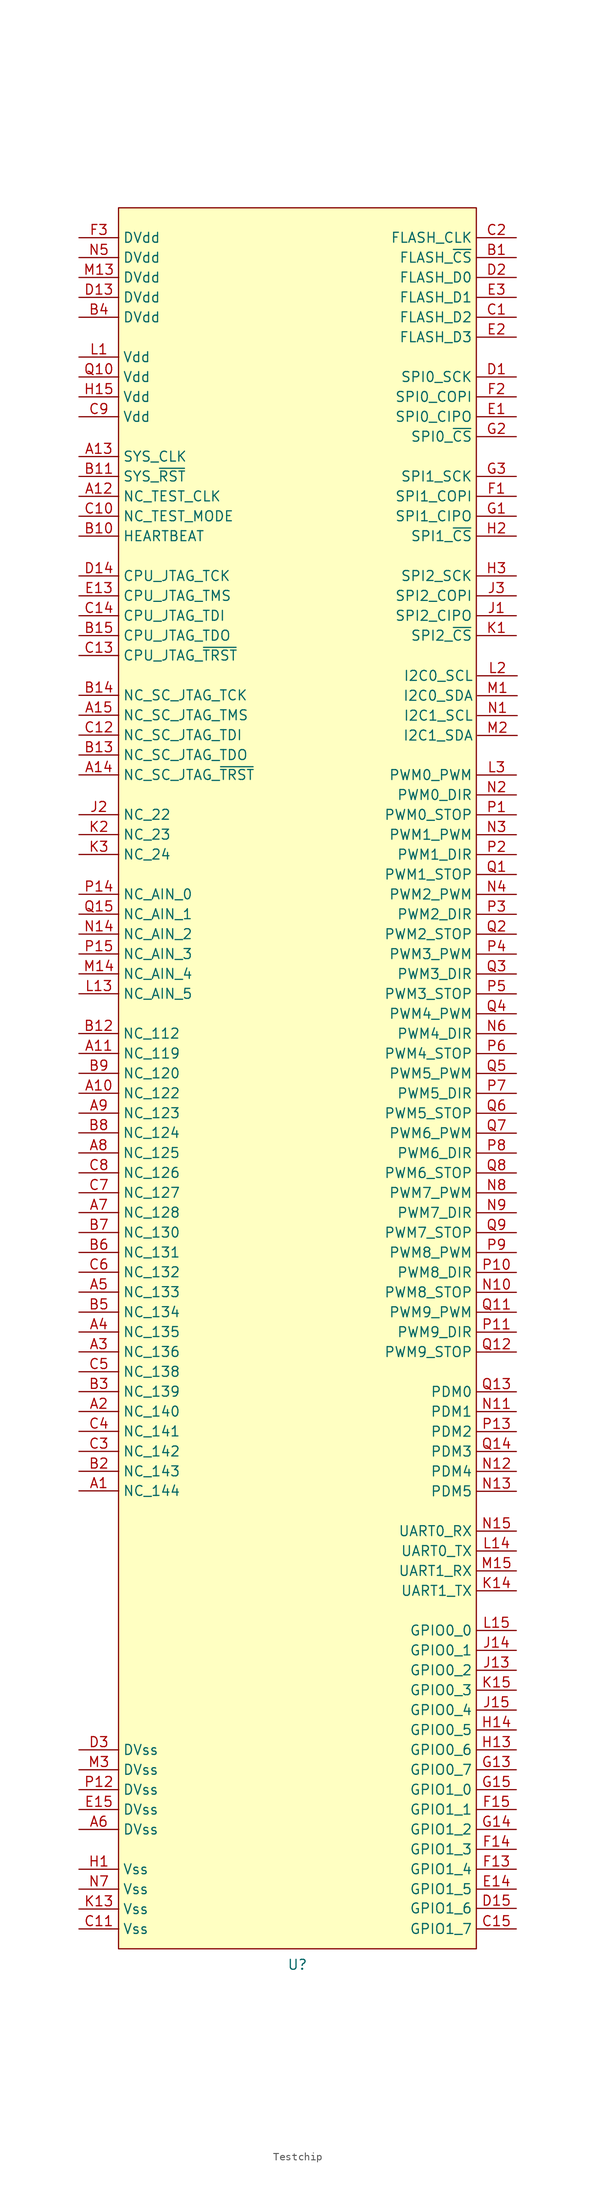
<source format=kicad_sym>
(kicad_symbol_lib
  (version 20231120)
  (generator "kicad_symbol_editor")
  (generator_version "8.0")
  (symbol "Testchip"
    (property "Reference" "U"
      (at 0 -2.032 0)
      (effects (font (size 1.27 1.27))))
    (property "Value" ""
      (at 0 0 0)
      (effects (font (size 1.27 1.27))))
    (symbol "Testchip_1_1"
      (rectangle (start -22.86 222.25) (end 22.86 0) (stroke (width 0) (type default)) (fill (type background)))
      (pin passive line (at -27.915 58.458 0) (length 5.08) (name "NC_144" (effects (font (size 1.27 1.27)))) (number "A1" (effects (font (size 1.27 1.27)))))
      (pin passive line (at -27.915 109.218 0) (length 5.08) (name "NC_122" (effects (font (size 1.27 1.27)))) (number "A10" (effects (font (size 1.27 1.27)))))
      (pin passive line (at -27.915 114.298 0) (length 5.08) (name "NC_119" (effects (font (size 1.27 1.27)))) (number "A11" (effects (font (size 1.27 1.27)))))
      (pin passive line (at -27.915 185.418 0) (length 5.08) (name "NC_TEST_CLK" (effects (font (size 1.27 1.27)))) (number "A12" (effects (font (size 1.27 1.27)))))
      (pin input line (at -27.915 190.498 0) (length 5.08) (name "SYS_CLK" (effects (font (size 1.27 1.27)))) (number "A13" (effects (font (size 1.27 1.27)))))
      (pin passive line (at -27.915 149.858 0) (length 5.08) (name "NC_SC_JTAG_~{TRST}" (effects (font (size 1.27 1.27)))) (number "A14" (effects (font (size 1.27 1.27)))))
      (pin passive line (at -27.915 157.478 0) (length 5.08) (name "NC_SC_JTAG_TMS" (effects (font (size 1.27 1.27)))) (number "A15" (effects (font (size 1.27 1.27)))))
      (pin passive line (at -27.915 68.59 0) (length 5.08) (name "NC_140" (effects (font (size 1.27 1.27)))) (number "A2" (effects (font (size 1.27 1.27)))))
      (pin passive line (at -27.915 76.203 0) (length 5.08) (name "NC_136" (effects (font (size 1.27 1.27)))) (number "A3" (effects (font (size 1.27 1.27)))))
      (pin passive line (at -27.915 78.74 0) (length 5.08) (name "NC_135" (effects (font (size 1.27 1.27)))) (number "A4" (effects (font (size 1.27 1.27)))))
      (pin passive line (at -27.915 83.833 0) (length 5.08) (name "NC_133" (effects (font (size 1.27 1.27)))) (number "A5" (effects (font (size 1.27 1.27)))))
      (pin power_in line (at -27.915 15.238 0) (length 5.08) (name "DVss" (effects (font (size 1.27 1.27)))) (number "A6" (effects (font (size 1.27 1.27)))))
      (pin passive line (at -27.915 93.983 0) (length 5.08) (name "NC_128" (effects (font (size 1.27 1.27)))) (number "A7" (effects (font (size 1.27 1.27)))))
      (pin passive line (at -27.94 101.6 0) (length 5.08) (name "NC_125" (effects (font (size 1.27 1.27)))) (number "A8" (effects (font (size 1.27 1.27)))))
      (pin passive line (at -27.915 106.678 0) (length 5.08) (name "NC_123" (effects (font (size 1.27 1.27)))) (number "A9" (effects (font (size 1.27 1.27)))))
      (pin output line (at 27.965 215.898 180) (length 5.08) (name "FLASH_~{CS}" (effects (font (size 1.27 1.27)))) (number "B1" (effects (font (size 1.27 1.27)))))
      (pin output line (at -27.915 180.338 0) (length 5.08) (name "HEARTBEAT" (effects (font (size 1.27 1.27)))) (number "B10" (effects (font (size 1.27 1.27)))))
      (pin input line (at -27.915 187.958 0) (length 5.08) (name "SYS_~{RST}" (effects (font (size 1.27 1.27)))) (number "B11" (effects (font (size 1.27 1.27)))))
      (pin passive line (at -27.94 116.84 0) (length 5.08) (name "NC_112" (effects (font (size 1.27 1.27)))) (number "B12" (effects (font (size 1.27 1.27)))))
      (pin passive line (at -27.915 152.398 0) (length 5.08) (name "NC_SC_JTAG_TDO" (effects (font (size 1.27 1.27)))) (number "B13" (effects (font (size 1.27 1.27)))))
      (pin passive line (at -27.915 160.018 0) (length 5.08) (name "NC_SC_JTAG_TCK" (effects (font (size 1.27 1.27)))) (number "B14" (effects (font (size 1.27 1.27)))))
      (pin output line (at -27.915 167.638 0) (length 5.08) (name "CPU_JTAG_TDO" (effects (font (size 1.27 1.27)))) (number "B15" (effects (font (size 1.27 1.27)))))
      (pin passive line (at -27.915 60.958 0) (length 5.08) (name "NC_143" (effects (font (size 1.27 1.27)))) (number "B2" (effects (font (size 1.27 1.27)))))
      (pin passive line (at -27.915 71.128 0) (length 5.08) (name "NC_139" (effects (font (size 1.27 1.27)))) (number "B3" (effects (font (size 1.27 1.27)))))
      (pin power_in line (at -27.915 208.278 0) (length 5.08) (name "DVdd" (effects (font (size 1.27 1.27)))) (number "B4" (effects (font (size 1.27 1.27)))))
      (pin passive line (at -27.915 81.278 0) (length 5.08) (name "NC_134" (effects (font (size 1.27 1.27)))) (number "B5" (effects (font (size 1.27 1.27)))))
      (pin passive line (at -27.915 88.898 0) (length 5.08) (name "NC_131" (effects (font (size 1.27 1.27)))) (number "B6" (effects (font (size 1.27 1.27)))))
      (pin passive line (at -27.915 91.438 0) (length 5.08) (name "NC_130" (effects (font (size 1.27 1.27)))) (number "B7" (effects (font (size 1.27 1.27)))))
      (pin passive line (at -27.94 104.163 0) (length 5.08) (name "NC_124" (effects (font (size 1.27 1.27)))) (number "B8" (effects (font (size 1.27 1.27)))))
      (pin passive line (at -27.915 111.758 0) (length 5.08) (name "NC_120" (effects (font (size 1.27 1.27)))) (number "B9" (effects (font (size 1.27 1.27)))))
      (pin bidirectional line (at 27.965 208.278 180) (length 5.08) (name "FLASH_D2" (effects (font (size 1.27 1.27)))) (number "C1" (effects (font (size 1.27 1.27)))))
      (pin passive line (at -27.915 182.878 0) (length 5.08) (name "NC_TEST_MODE" (effects (font (size 1.27 1.27)))) (number "C10" (effects (font (size 1.27 1.27)))))
      (pin power_in line (at -27.915 2.538 0) (length 5.08) (name "Vss" (effects (font (size 1.27 1.27)))) (number "C11" (effects (font (size 1.27 1.27)))))
      (pin passive line (at -27.915 154.938 0) (length 5.08) (name "NC_SC_JTAG_TDI" (effects (font (size 1.27 1.27)))) (number "C12" (effects (font (size 1.27 1.27)))))
      (pin input line (at -27.915 165.098 0) (length 5.08) (name "CPU_JTAG_~{TRST}" (effects (font (size 1.27 1.27)))) (number "C13" (effects (font (size 1.27 1.27)))))
      (pin input line (at -27.915 170.178 0) (length 5.08) (name "CPU_JTAG_TDI" (effects (font (size 1.27 1.27)))) (number "C14" (effects (font (size 1.27 1.27)))))
      (pin bidirectional line (at 27.965 2.538 180) (length 5.08) (name "GPIO1_7" (effects (font (size 1.27 1.27)))) (number "C15" (effects (font (size 1.27 1.27)))))
      (pin output line (at 27.965 218.438 180) (length 5.08) (name "FLASH_CLK" (effects (font (size 1.27 1.27)))) (number "C2" (effects (font (size 1.27 1.27)))))
      (pin passive line (at -27.915 63.498 0) (length 5.08) (name "NC_142" (effects (font (size 1.27 1.27)))) (number "C3" (effects (font (size 1.27 1.27)))))
      (pin passive line (at -27.915 66.053 0) (length 5.08) (name "NC_141" (effects (font (size 1.27 1.27)))) (number "C4" (effects (font (size 1.27 1.27)))))
      (pin passive line (at -27.915 73.665 0) (length 5.08) (name "NC_138" (effects (font (size 1.27 1.27)))) (number "C5" (effects (font (size 1.27 1.27)))))
      (pin passive line (at -27.915 86.37 0) (length 5.08) (name "NC_132" (effects (font (size 1.27 1.27)))) (number "C6" (effects (font (size 1.27 1.27)))))
      (pin passive line (at -27.915 96.518 0) (length 5.08) (name "NC_127" (effects (font (size 1.27 1.27)))) (number "C7" (effects (font (size 1.27 1.27)))))
      (pin passive line (at -27.915 99.058 0) (length 5.08) (name "NC_126" (effects (font (size 1.27 1.27)))) (number "C8" (effects (font (size 1.27 1.27)))))
      (pin power_in line (at -27.915 195.578 0) (length 5.08) (name "Vdd" (effects (font (size 1.27 1.27)))) (number "C9" (effects (font (size 1.27 1.27)))))
      (pin output line (at 27.965 200.658 180) (length 5.08) (name "SPI0_SCK" (effects (font (size 1.27 1.27)))) (number "D1" (effects (font (size 1.27 1.27)))))
      (pin power_in line (at -27.915 210.818 0) (length 5.08) (name "DVdd" (effects (font (size 1.27 1.27)))) (number "D13" (effects (font (size 1.27 1.27)))))
      (pin input line (at -27.915 175.258 0) (length 5.08) (name "CPU_JTAG_TCK" (effects (font (size 1.27 1.27)))) (number "D14" (effects (font (size 1.27 1.27)))))
      (pin bidirectional line (at 27.965 5.157 180) (length 5.08) (name "GPIO1_6" (effects (font (size 1.27 1.27)))) (number "D15" (effects (font (size 1.27 1.27)))))
      (pin bidirectional line (at 27.965 213.358 180) (length 5.08) (name "FLASH_D0" (effects (font (size 1.27 1.27)))) (number "D2" (effects (font (size 1.27 1.27)))))
      (pin power_in line (at -27.915 25.398 0) (length 5.08) (name "DVss" (effects (font (size 1.27 1.27)))) (number "D3" (effects (font (size 1.27 1.27)))))
      (pin input line (at 27.965 195.578 180) (length 5.08) (name "SPI0_CIPO" (effects (font (size 1.27 1.27)))) (number "E1" (effects (font (size 1.27 1.27)))))
      (pin input line (at -27.915 172.718 0) (length 5.08) (name "CPU_JTAG_TMS" (effects (font (size 1.27 1.27)))) (number "E13" (effects (font (size 1.27 1.27)))))
      (pin bidirectional line (at 27.965 7.618 180) (length 5.08) (name "GPIO1_5" (effects (font (size 1.27 1.27)))) (number "E14" (effects (font (size 1.27 1.27)))))
      (pin power_in line (at -27.915 17.778 0) (length 5.08) (name "DVss" (effects (font (size 1.27 1.27)))) (number "E15" (effects (font (size 1.27 1.27)))))
      (pin bidirectional line (at 27.965 205.738 180) (length 5.08) (name "FLASH_D3" (effects (font (size 1.27 1.27)))) (number "E2" (effects (font (size 1.27 1.27)))))
      (pin bidirectional line (at 27.965 210.818 180) (length 5.08) (name "FLASH_D1" (effects (font (size 1.27 1.27)))) (number "E3" (effects (font (size 1.27 1.27)))))
      (pin output line (at 27.965 185.418 180) (length 5.08) (name "SPI1_COPI" (effects (font (size 1.27 1.27)))) (number "F1" (effects (font (size 1.27 1.27)))))
      (pin bidirectional line (at 27.965 10.158 180) (length 5.08) (name "GPIO1_4" (effects (font (size 1.27 1.27)))) (number "F13" (effects (font (size 1.27 1.27)))))
      (pin bidirectional line (at 27.965 12.698 180) (length 5.08) (name "GPIO1_3" (effects (font (size 1.27 1.27)))) (number "F14" (effects (font (size 1.27 1.27)))))
      (pin bidirectional line (at 27.965 17.778 180) (length 5.08) (name "GPIO1_1" (effects (font (size 1.27 1.27)))) (number "F15" (effects (font (size 1.27 1.27)))))
      (pin output line (at 27.965 198.118 180) (length 5.08) (name "SPI0_COPI" (effects (font (size 1.27 1.27)))) (number "F2" (effects (font (size 1.27 1.27)))))
      (pin power_in line (at -27.915 218.438 0) (length 5.08) (name "DVdd" (effects (font (size 1.27 1.27)))) (number "F3" (effects (font (size 1.27 1.27)))))
      (pin input line (at 27.965 182.878 180) (length 5.08) (name "SPI1_CIPO" (effects (font (size 1.27 1.27)))) (number "G1" (effects (font (size 1.27 1.27)))))
      (pin bidirectional line (at 27.965 22.858 180) (length 5.08) (name "GPIO0_7" (effects (font (size 1.27 1.27)))) (number "G13" (effects (font (size 1.27 1.27)))))
      (pin bidirectional line (at 27.965 15.238 180) (length 5.08) (name "GPIO1_2" (effects (font (size 1.27 1.27)))) (number "G14" (effects (font (size 1.27 1.27)))))
      (pin bidirectional line (at 27.965 20.318 180) (length 5.08) (name "GPIO1_0" (effects (font (size 1.27 1.27)))) (number "G15" (effects (font (size 1.27 1.27)))))
      (pin output line (at 27.965 193.038 180) (length 5.08) (name "SPI0_~{CS}" (effects (font (size 1.27 1.27)))) (number "G2" (effects (font (size 1.27 1.27)))))
      (pin output line (at 27.965 187.958 180) (length 5.08) (name "SPI1_SCK" (effects (font (size 1.27 1.27)))) (number "G3" (effects (font (size 1.27 1.27)))))
      (pin power_in line (at -27.915 10.158 0) (length 5.08) (name "Vss" (effects (font (size 1.27 1.27)))) (number "H1" (effects (font (size 1.27 1.27)))))
      (pin bidirectional line (at 27.965 25.398 180) (length 5.08) (name "GPIO0_6" (effects (font (size 1.27 1.27)))) (number "H13" (effects (font (size 1.27 1.27)))))
      (pin bidirectional line (at 27.965 27.938 180) (length 5.08) (name "GPIO0_5" (effects (font (size 1.27 1.27)))) (number "H14" (effects (font (size 1.27 1.27)))))
      (pin power_in line (at -27.915 198.118 0) (length 5.08) (name "Vdd" (effects (font (size 1.27 1.27)))) (number "H15" (effects (font (size 1.27 1.27)))))
      (pin output line (at 27.965 180.338 180) (length 5.08) (name "SPI1_~{CS}" (effects (font (size 1.27 1.27)))) (number "H2" (effects (font (size 1.27 1.27)))))
      (pin output line (at 27.965 175.258 180) (length 5.08) (name "SPI2_SCK" (effects (font (size 1.27 1.27)))) (number "H3" (effects (font (size 1.27 1.27)))))
      (pin input line (at 27.965 170.178 180) (length 5.08) (name "SPI2_CIPO" (effects (font (size 1.27 1.27)))) (number "J1" (effects (font (size 1.27 1.27)))))
      (pin bidirectional line (at 27.965 35.558 180) (length 5.08) (name "GPIO0_2" (effects (font (size 1.27 1.27)))) (number "J13" (effects (font (size 1.27 1.27)))))
      (pin bidirectional line (at 27.965 38.098 180) (length 5.08) (name "GPIO0_1" (effects (font (size 1.27 1.27)))) (number "J14" (effects (font (size 1.27 1.27)))))
      (pin bidirectional line (at 27.965 30.478 180) (length 5.08) (name "GPIO0_4" (effects (font (size 1.27 1.27)))) (number "J15" (effects (font (size 1.27 1.27)))))
      (pin passive line (at -27.915 144.778 0) (length 5.08) (name "NC_22" (effects (font (size 1.27 1.27)))) (number "J2" (effects (font (size 1.27 1.27)))))
      (pin output line (at 27.965 172.718 180) (length 5.08) (name "SPI2_COPI" (effects (font (size 1.27 1.27)))) (number "J3" (effects (font (size 1.27 1.27)))))
      (pin output line (at 27.965 167.638 180) (length 5.08) (name "SPI2_~{CS}" (effects (font (size 1.27 1.27)))) (number "K1" (effects (font (size 1.27 1.27)))))
      (pin power_in line (at -27.915 5.078 0) (length 5.08) (name "Vss" (effects (font (size 1.27 1.27)))) (number "K13" (effects (font (size 1.27 1.27)))))
      (pin output line (at 27.974 45.703 180) (length 5.08) (name "UART1_TX" (effects (font (size 1.27 1.27)))) (number "K14" (effects (font (size 1.27 1.27)))))
      (pin bidirectional line (at 27.965 33.018 180) (length 5.08) (name "GPIO0_3" (effects (font (size 1.27 1.27)))) (number "K15" (effects (font (size 1.27 1.27)))))
      (pin passive line (at -27.915 142.238 0) (length 5.08) (name "NC_23" (effects (font (size 1.27 1.27)))) (number "K2" (effects (font (size 1.27 1.27)))))
      (pin passive line (at -27.915 139.698 0) (length 5.08) (name "NC_24" (effects (font (size 1.27 1.27)))) (number "K3" (effects (font (size 1.27 1.27)))))
      (pin power_in line (at -27.915 203.198 0) (length 5.08) (name "Vdd" (effects (font (size 1.27 1.27)))) (number "L1" (effects (font (size 1.27 1.27)))))
      (pin passive line (at -27.915 121.918 0) (length 5.08) (name "NC_AIN_5" (effects (font (size 1.27 1.27)))) (number "L13" (effects (font (size 1.27 1.27)))))
      (pin output line (at 27.974 50.783 180) (length 5.08) (name "UART0_TX" (effects (font (size 1.27 1.27)))) (number "L14" (effects (font (size 1.27 1.27)))))
      (pin bidirectional line (at 27.965 40.638 180) (length 5.08) (name "GPIO0_0" (effects (font (size 1.27 1.27)))) (number "L15" (effects (font (size 1.27 1.27)))))
      (pin open_collector line (at 28.086 162.51 180) (length 5.08) (name "I2C0_SCL" (effects (font (size 1.27 1.27)))) (number "L2" (effects (font (size 1.27 1.27)))))
      (pin output line (at 27.974 149.843 180) (length 5.08) (name "PWM0_PWM" (effects (font (size 1.27 1.27)))) (number "L3" (effects (font (size 1.27 1.27)))))
      (pin open_collector line (at 28.086 159.97 180) (length 5.08) (name "I2C0_SDA" (effects (font (size 1.27 1.27)))) (number "M1" (effects (font (size 1.27 1.27)))))
      (pin power_in line (at -27.915 213.358 0) (length 5.08) (name "DVdd" (effects (font (size 1.27 1.27)))) (number "M13" (effects (font (size 1.27 1.27)))))
      (pin passive line (at -27.915 124.458 0) (length 5.08) (name "NC_AIN_4" (effects (font (size 1.27 1.27)))) (number "M14" (effects (font (size 1.27 1.27)))))
      (pin input line (at 27.974 48.243 180) (length 5.08) (name "UART1_RX" (effects (font (size 1.27 1.27)))) (number "M15" (effects (font (size 1.27 1.27)))))
      (pin open_collector line (at 28.086 154.89 180) (length 5.08) (name "I2C1_SDA" (effects (font (size 1.27 1.27)))) (number "M2" (effects (font (size 1.27 1.27)))))
      (pin power_in line (at -27.915 22.858 0) (length 5.08) (name "DVss" (effects (font (size 1.27 1.27)))) (number "M3" (effects (font (size 1.27 1.27)))))
      (pin open_collector line (at 28.086 157.43 180) (length 5.08) (name "I2C1_SCL" (effects (font (size 1.27 1.27)))) (number "N1" (effects (font (size 1.27 1.27)))))
      (pin input line (at 27.974 83.803 180) (length 5.08) (name "PWM8_STOP" (effects (font (size 1.27 1.27)))) (number "N10" (effects (font (size 1.27 1.27)))))
      (pin output line (at 27.965 68.578 180) (length 5.08) (name "PDM1" (effects (font (size 1.27 1.27)))) (number "N11" (effects (font (size 1.27 1.27)))))
      (pin output line (at 27.974 60.943 180) (length 5.08) (name "PDM4" (effects (font (size 1.27 1.27)))) (number "N12" (effects (font (size 1.27 1.27)))))
      (pin output line (at 27.974 58.403 180) (length 5.08) (name "PDM5" (effects (font (size 1.27 1.27)))) (number "N13" (effects (font (size 1.27 1.27)))))
      (pin passive line (at -27.915 129.538 0) (length 5.08) (name "NC_AIN_2" (effects (font (size 1.27 1.27)))) (number "N14" (effects (font (size 1.27 1.27)))))
      (pin input line (at 27.974 53.323 180) (length 5.08) (name "UART0_RX" (effects (font (size 1.27 1.27)))) (number "N15" (effects (font (size 1.27 1.27)))))
      (pin output line (at 27.974 147.303 180) (length 5.08) (name "PWM0_DIR" (effects (font (size 1.27 1.27)))) (number "N2" (effects (font (size 1.27 1.27)))))
      (pin output line (at 27.974 142.223 180) (length 5.08) (name "PWM1_PWM" (effects (font (size 1.27 1.27)))) (number "N3" (effects (font (size 1.27 1.27)))))
      (pin output line (at 27.974 134.603 180) (length 5.08) (name "PWM2_PWM" (effects (font (size 1.27 1.27)))) (number "N4" (effects (font (size 1.27 1.27)))))
      (pin power_in line (at -27.915 215.898 0) (length 5.08) (name "DVdd" (effects (font (size 1.27 1.27)))) (number "N5" (effects (font (size 1.27 1.27)))))
      (pin output line (at 27.974 116.823 180) (length 5.08) (name "PWM4_DIR" (effects (font (size 1.27 1.27)))) (number "N6" (effects (font (size 1.27 1.27)))))
      (pin power_in line (at -27.915 7.618 0) (length 5.08) (name "Vss" (effects (font (size 1.27 1.27)))) (number "N7" (effects (font (size 1.27 1.27)))))
      (pin output line (at 27.974 96.503 180) (length 5.08) (name "PWM7_PWM" (effects (font (size 1.27 1.27)))) (number "N8" (effects (font (size 1.27 1.27)))))
      (pin output line (at 27.974 93.963 180) (length 5.08) (name "PWM7_DIR" (effects (font (size 1.27 1.27)))) (number "N9" (effects (font (size 1.27 1.27)))))
      (pin input line (at 27.974 144.763 180) (length 5.08) (name "PWM0_STOP" (effects (font (size 1.27 1.27)))) (number "P1" (effects (font (size 1.27 1.27)))))
      (pin output line (at 27.974 86.343 180) (length 5.08) (name "PWM8_DIR" (effects (font (size 1.27 1.27)))) (number "P10" (effects (font (size 1.27 1.27)))))
      (pin output line (at 27.974 78.723 180) (length 5.08) (name "PWM9_DIR" (effects (font (size 1.27 1.27)))) (number "P11" (effects (font (size 1.27 1.27)))))
      (pin power_in line (at -27.915 20.318 0) (length 5.08) (name "DVss" (effects (font (size 1.27 1.27)))) (number "P12" (effects (font (size 1.27 1.27)))))
      (pin output line (at 27.974 66.023 180) (length 5.08) (name "PDM2" (effects (font (size 1.27 1.27)))) (number "P13" (effects (font (size 1.27 1.27)))))
      (pin passive line (at -27.915 134.618 0) (length 5.08) (name "NC_AIN_0" (effects (font (size 1.27 1.27)))) (number "P14" (effects (font (size 1.27 1.27)))))
      (pin passive line (at -27.915 126.998 0) (length 5.08) (name "NC_AIN_3" (effects (font (size 1.27 1.27)))) (number "P15" (effects (font (size 1.27 1.27)))))
      (pin output line (at 27.974 139.683 180) (length 5.08) (name "PWM1_DIR" (effects (font (size 1.27 1.27)))) (number "P2" (effects (font (size 1.27 1.27)))))
      (pin output line (at 27.974 132.063 180) (length 5.08) (name "PWM2_DIR" (effects (font (size 1.27 1.27)))) (number "P3" (effects (font (size 1.27 1.27)))))
      (pin output line (at 27.974 126.983 180) (length 5.08) (name "PWM3_PWM" (effects (font (size 1.27 1.27)))) (number "P4" (effects (font (size 1.27 1.27)))))
      (pin input line (at 27.974 121.903 180) (length 5.08) (name "PWM3_STOP" (effects (font (size 1.27 1.27)))) (number "P5" (effects (font (size 1.27 1.27)))))
      (pin input line (at 27.974 114.283 180) (length 5.08) (name "PWM4_STOP" (effects (font (size 1.27 1.27)))) (number "P6" (effects (font (size 1.27 1.27)))))
      (pin output line (at 27.974 109.203 180) (length 5.08) (name "PWM5_DIR" (effects (font (size 1.27 1.27)))) (number "P7" (effects (font (size 1.27 1.27)))))
      (pin output line (at 27.974 101.583 180) (length 5.08) (name "PWM6_DIR" (effects (font (size 1.27 1.27)))) (number "P8" (effects (font (size 1.27 1.27)))))
      (pin output line (at 27.974 88.883 180) (length 5.08) (name "PWM8_PWM" (effects (font (size 1.27 1.27)))) (number "P9" (effects (font (size 1.27 1.27)))))
      (pin input line (at 27.974 137.143 180) (length 5.08) (name "PWM1_STOP" (effects (font (size 1.27 1.27)))) (number "Q1" (effects (font (size 1.27 1.27)))))
      (pin power_in line (at -27.915 200.658 0) (length 5.08) (name "Vdd" (effects (font (size 1.27 1.27)))) (number "Q10" (effects (font (size 1.27 1.27)))))
      (pin output line (at 27.974 81.263 180) (length 5.08) (name "PWM9_PWM" (effects (font (size 1.27 1.27)))) (number "Q11" (effects (font (size 1.27 1.27)))))
      (pin input line (at 27.974 76.183 180) (length 5.08) (name "PWM9_STOP" (effects (font (size 1.27 1.27)))) (number "Q12" (effects (font (size 1.27 1.27)))))
      (pin output line (at 27.974 71.103 180) (length 5.08) (name "PDM0" (effects (font (size 1.27 1.27)))) (number "Q13" (effects (font (size 1.27 1.27)))))
      (pin output line (at 27.974 63.483 180) (length 5.08) (name "PDM3" (effects (font (size 1.27 1.27)))) (number "Q14" (effects (font (size 1.27 1.27)))))
      (pin passive line (at -27.915 132.078 0) (length 5.08) (name "NC_AIN_1" (effects (font (size 1.27 1.27)))) (number "Q15" (effects (font (size 1.27 1.27)))))
      (pin input line (at 27.974 129.523 180) (length 5.08) (name "PWM2_STOP" (effects (font (size 1.27 1.27)))) (number "Q2" (effects (font (size 1.27 1.27)))))
      (pin output line (at 27.974 124.443 180) (length 5.08) (name "PWM3_DIR" (effects (font (size 1.27 1.27)))) (number "Q3" (effects (font (size 1.27 1.27)))))
      (pin output line (at 27.974 119.363 180) (length 5.08) (name "PWM4_PWM" (effects (font (size 1.27 1.27)))) (number "Q4" (effects (font (size 1.27 1.27)))))
      (pin output line (at 27.974 111.743 180) (length 5.08) (name "PWM5_PWM" (effects (font (size 1.27 1.27)))) (number "Q5" (effects (font (size 1.27 1.27)))))
      (pin input line (at 27.974 106.663 180) (length 5.08) (name "PWM5_STOP" (effects (font (size 1.27 1.27)))) (number "Q6" (effects (font (size 1.27 1.27)))))
      (pin output line (at 27.974 104.123 180) (length 5.08) (name "PWM6_PWM" (effects (font (size 1.27 1.27)))) (number "Q7" (effects (font (size 1.27 1.27)))))
      (pin input line (at 27.974 99.043 180) (length 5.08) (name "PWM6_STOP" (effects (font (size 1.27 1.27)))) (number "Q8" (effects (font (size 1.27 1.27)))))
      (pin input line (at 27.974 91.423 180) (length 5.08) (name "PWM7_STOP" (effects (font (size 1.27 1.27)))) (number "Q9" (effects (font (size 1.27 1.27))))))))
</source>
